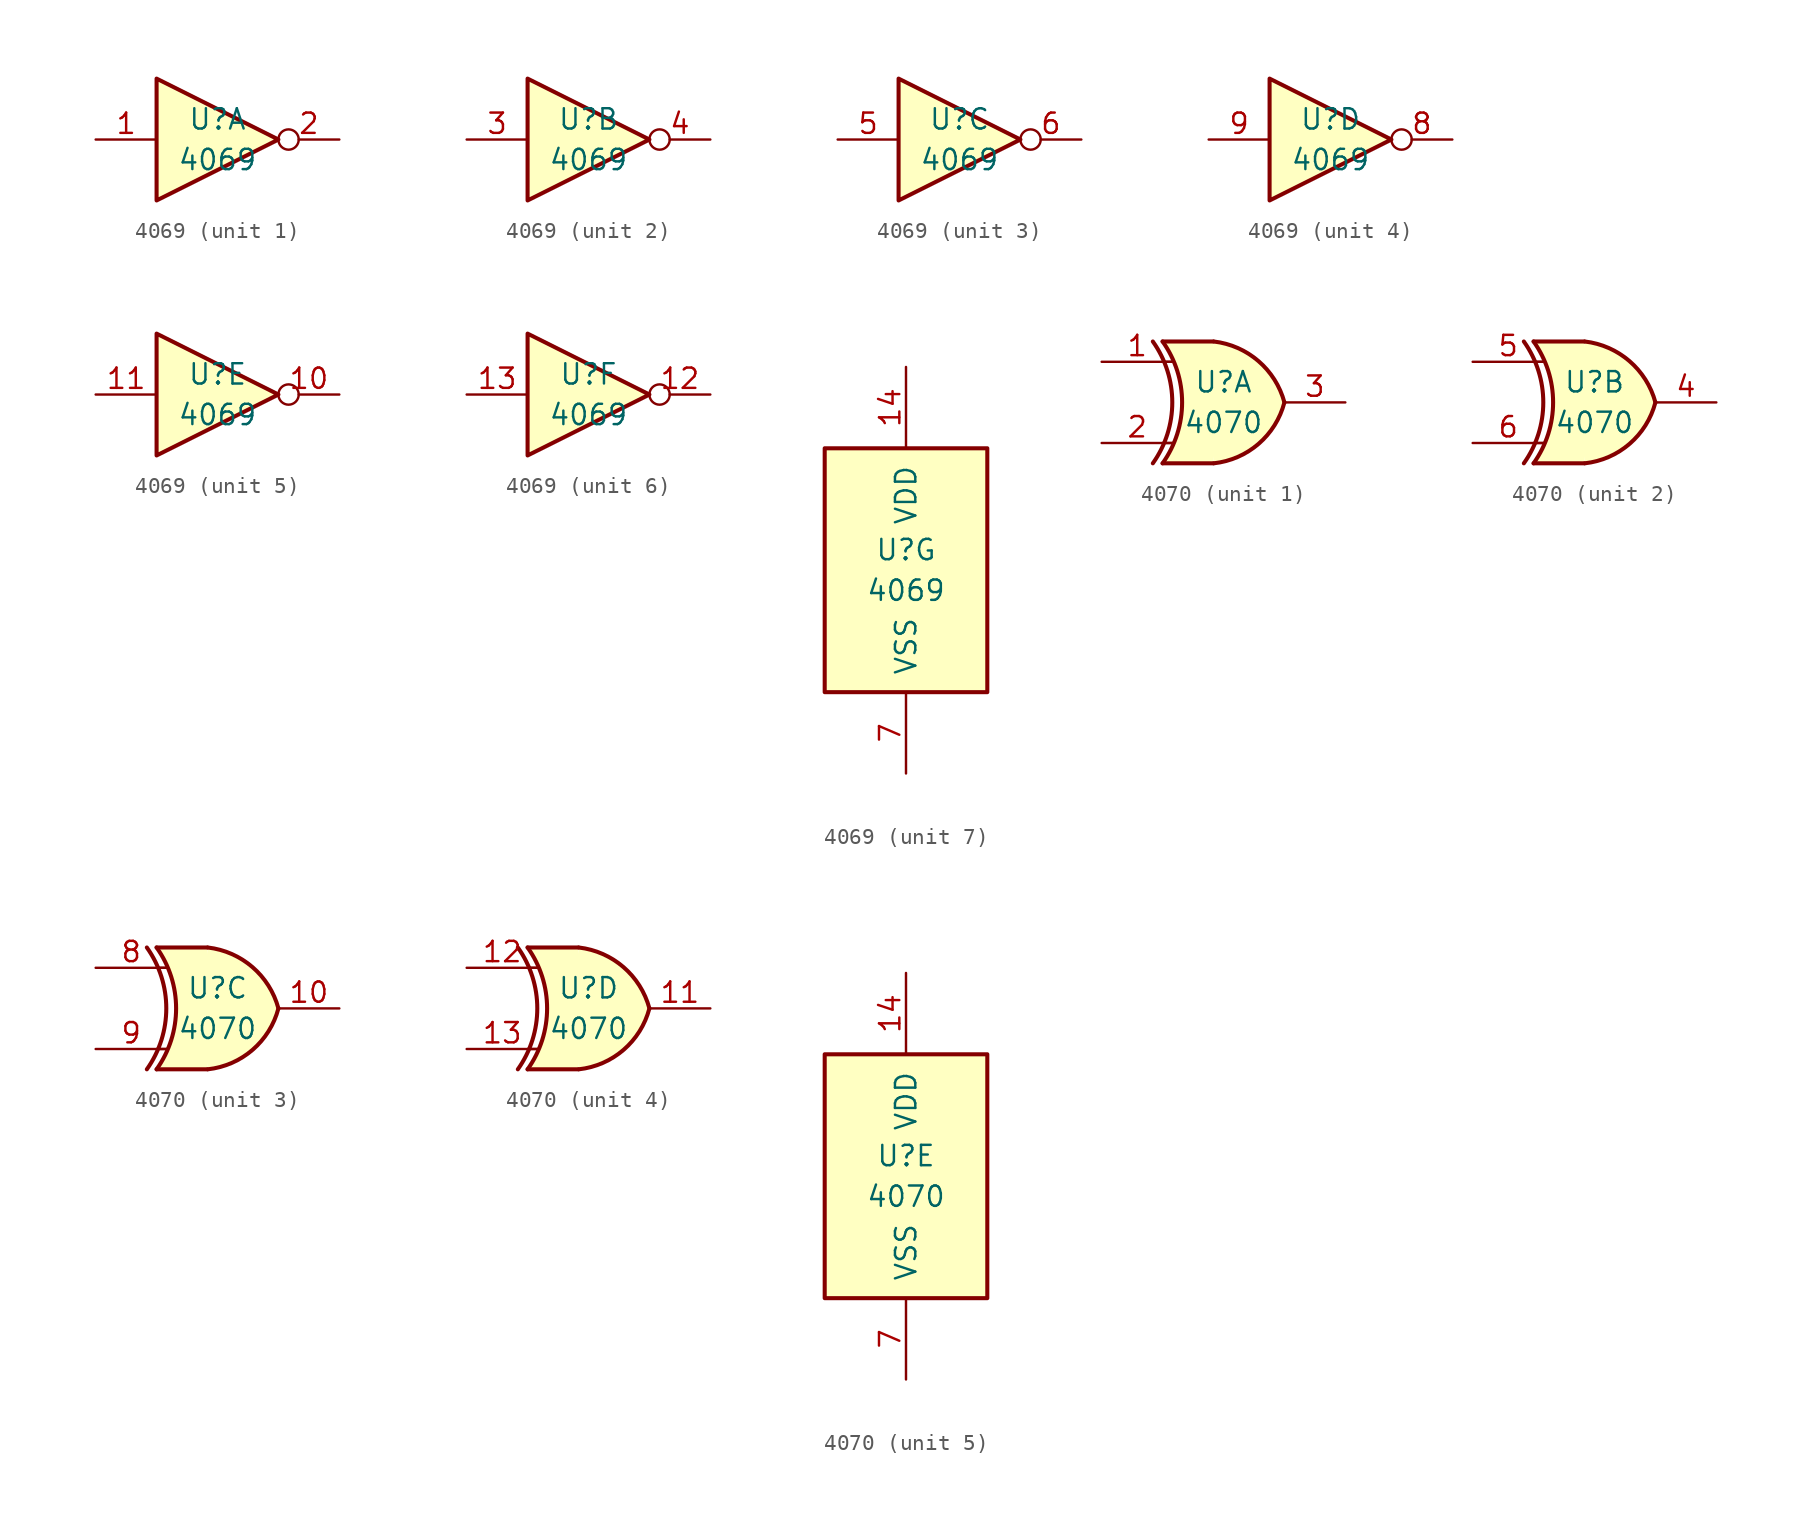
<source format=kicad_sym>
(kicad_symbol_lib
  (version 20200908)
  (generator kicad_symbol_editor)
  (symbol "4xxx:4069"
    (pin_names
      (offset 1.016))
    (property "Reference" "U"
      (at 0 1.27 0)
      (effects (font (size 1.27 1.27))))
    (property "Value" "4069"
      (at 0 -1.27 0)
      (effects (font (size 1.27 1.27))))
    (property "ki_locked" ""
      (at 0 0 0)
      (effects (font (size 1.27 1.27))))
    (symbol "4069_7_1"
      (rectangle (start -5.08 7.62) (end 5.08 -7.62) (stroke (width 0.254)) (fill (type background))))
    (symbol "4069_1_0"
      (polyline (pts (xy -3.81 3.81) (xy -3.81 -3.81) (xy 3.81 0) (xy -3.81 3.81)) (stroke (width 0.254)) (fill (type background)))
      (pin input line (at -7.62 0 0) (length 3.81) (name "~" (effects (font (size 1.27 1.27)))) (number "1" (effects (font (size 1.27 1.27)))))
      (pin output inverted (at 7.62 0 180) (length 3.81) (name "~" (effects (font (size 1.27 1.27)))) (number "2" (effects (font (size 1.27 1.27))))))
    (symbol "4069_2_0"
      (polyline (pts (xy -3.81 3.81) (xy -3.81 -3.81) (xy 3.81 0) (xy -3.81 3.81)) (stroke (width 0.254)) (fill (type background)))
      (pin input line (at -7.62 0 0) (length 3.81) (name "~" (effects (font (size 1.27 1.27)))) (number "3" (effects (font (size 1.27 1.27)))))
      (pin output inverted (at 7.62 0 180) (length 3.81) (name "~" (effects (font (size 1.27 1.27)))) (number "4" (effects (font (size 1.27 1.27))))))
    (symbol "4069_3_0"
      (polyline (pts (xy -3.81 3.81) (xy -3.81 -3.81) (xy 3.81 0) (xy -3.81 3.81)) (stroke (width 0.254)) (fill (type background)))
      (pin input line (at -7.62 0 0) (length 3.81) (name "~" (effects (font (size 1.27 1.27)))) (number "5" (effects (font (size 1.27 1.27)))))
      (pin output inverted (at 7.62 0 180) (length 3.81) (name "~" (effects (font (size 1.27 1.27)))) (number "6" (effects (font (size 1.27 1.27))))))
    (symbol "4069_4_0"
      (polyline (pts (xy -3.81 3.81) (xy -3.81 -3.81) (xy 3.81 0) (xy -3.81 3.81)) (stroke (width 0.254)) (fill (type background)))
      (pin output inverted (at 7.62 0 180) (length 3.81) (name "~" (effects (font (size 1.27 1.27)))) (number "8" (effects (font (size 1.27 1.27)))))
      (pin input line (at -7.62 0 0) (length 3.81) (name "~" (effects (font (size 1.27 1.27)))) (number "9" (effects (font (size 1.27 1.27))))))
    (symbol "4069_5_0"
      (polyline (pts (xy -3.81 3.81) (xy -3.81 -3.81) (xy 3.81 0) (xy -3.81 3.81)) (stroke (width 0.254)) (fill (type background)))
      (pin output inverted (at 7.62 0 180) (length 3.81) (name "~" (effects (font (size 1.27 1.27)))) (number "10" (effects (font (size 1.27 1.27)))))
      (pin input line (at -7.62 0 0) (length 3.81) (name "~" (effects (font (size 1.27 1.27)))) (number "11" (effects (font (size 1.27 1.27))))))
    (symbol "4069_6_0"
      (polyline (pts (xy -3.81 3.81) (xy -3.81 -3.81) (xy 3.81 0) (xy -3.81 3.81)) (stroke (width 0.254)) (fill (type background)))
      (pin output inverted (at 7.62 0 180) (length 3.81) (name "~" (effects (font (size 1.27 1.27)))) (number "12" (effects (font (size 1.27 1.27)))))
      (pin input line (at -7.62 0 0) (length 3.81) (name "~" (effects (font (size 1.27 1.27)))) (number "13" (effects (font (size 1.27 1.27))))))
    (symbol "4069_7_0"
      (pin power_in line (at 0 12.7 270) (length 5.08) (name "VDD" (effects (font (size 1.27 1.27)))) (number "14" (effects (font (size 1.27 1.27)))))
      (pin power_in line (at 0 -12.7 90) (length 5.08) (name "VSS" (effects (font (size 1.27 1.27)))) (number "7" (effects (font (size 1.27 1.27)))))))
  (symbol "4xxx:4070"
    (pin_names
      (offset 1.016))
    (property "Reference" "U"
      (at 0 1.27 0)
      (effects (font (size 1.27 1.27))))
    (property "Value" "4070"
      (at 0 -1.27 0)
      (effects (font (size 1.27 1.27))))
    (property "ki_locked" ""
      (at 0 0 0)
      (effects (font (size 1.27 1.27))))
    (symbol "4070_1_0"
      (arc (start -4.4196 3.81) (end -4.4196 -3.81) (radius (at -9.779 0) (length 6.5532) (angles 35.4 -35.4)) (stroke (width 0.254)) (fill (type none)))
      (arc (start -3.81 3.81) (end -3.81 -3.81) (radius (at -9.144 0) (length 6.5532) (angles 35.4 -35.4)) (stroke (width 0.254)) (fill (type none)))
      (arc (start 3.81 0) (end -0.6096 3.81) (radius (at -1.1938 -1.3208) (length 5.1816) (angles 15 83.7)) (stroke (width 0.254)) (fill (type background)))
      (arc (start 3.81 0) (end -0.6096 -3.81) (radius (at -1.1938 1.3208) (length 5.1816) (angles -15 -83.7)) (stroke (width 0.254)) (fill (type background)))
      (polyline (pts (xy -3.81 -3.81) (xy -0.635 -3.81)) (stroke (width 0.254)) (fill (type background)))
      (polyline (pts (xy -3.81 3.81) (xy -0.635 3.81)) (stroke (width 0.254)) (fill (type background)))
      (polyline (pts (xy -0.635 3.81) (xy -3.81 3.81) (xy -3.81 3.81) (xy -3.556 3.404) (xy -3.023 2.261) (xy -2.692 1.041) (xy -2.616 -0.254) (xy -2.769 -1.499) (xy -3.175 -2.718) (xy -3.81 -3.81) (xy -3.81 -3.81) (xy -0.635 -3.81)) (stroke (width -25.4)) (fill (type background)))
      (pin input line (at -7.62 2.54 0) (length 4.445) (name "~" (effects (font (size 1.27 1.27)))) (number "1" (effects (font (size 1.27 1.27)))))
      (pin input line (at -7.62 -2.54 0) (length 4.445) (name "~" (effects (font (size 1.27 1.27)))) (number "2" (effects (font (size 1.27 1.27)))))
      (pin output line (at 7.62 0 180) (length 3.81) (name "~" (effects (font (size 1.27 1.27)))) (number "3" (effects (font (size 1.27 1.27))))))
    (symbol "4070_2_0"
      (arc (start -4.4196 3.81) (end -4.4196 -3.81) (radius (at -9.779 0) (length 6.5532) (angles 35.4 -35.4)) (stroke (width 0.254)) (fill (type none)))
      (arc (start -3.81 3.81) (end -3.81 -3.81) (radius (at -9.144 0) (length 6.5532) (angles 35.4 -35.4)) (stroke (width 0.254)) (fill (type none)))
      (arc (start 3.81 0) (end -0.6096 3.81) (radius (at -1.1938 -1.3208) (length 5.1816) (angles 15 83.7)) (stroke (width 0.254)) (fill (type background)))
      (arc (start 3.81 0) (end -0.6096 -3.81) (radius (at -1.1938 1.3208) (length 5.1816) (angles -15 -83.7)) (stroke (width 0.254)) (fill (type background)))
      (polyline (pts (xy -3.81 -3.81) (xy -0.635 -3.81)) (stroke (width 0.254)) (fill (type background)))
      (polyline (pts (xy -3.81 3.81) (xy -0.635 3.81)) (stroke (width 0.254)) (fill (type background)))
      (polyline (pts (xy -0.635 3.81) (xy -3.81 3.81) (xy -3.81 3.81) (xy -3.556 3.404) (xy -3.023 2.261) (xy -2.692 1.041) (xy -2.616 -0.254) (xy -2.769 -1.499) (xy -3.175 -2.718) (xy -3.81 -3.81) (xy -3.81 -3.81) (xy -0.635 -3.81)) (stroke (width -25.4)) (fill (type background)))
      (pin output line (at 7.62 0 180) (length 3.81) (name "~" (effects (font (size 1.27 1.27)))) (number "4" (effects (font (size 1.27 1.27)))))
      (pin input line (at -7.62 2.54 0) (length 4.445) (name "~" (effects (font (size 1.27 1.27)))) (number "5" (effects (font (size 1.27 1.27)))))
      (pin input line (at -7.62 -2.54 0) (length 4.445) (name "~" (effects (font (size 1.27 1.27)))) (number "6" (effects (font (size 1.27 1.27))))))
    (symbol "4070_3_0"
      (arc (start -4.4196 3.81) (end -4.4196 -3.81) (radius (at -9.779 0) (length 6.5532) (angles 35.4 -35.4)) (stroke (width 0.254)) (fill (type none)))
      (arc (start -3.81 3.81) (end -3.81 -3.81) (radius (at -9.144 0) (length 6.5532) (angles 35.4 -35.4)) (stroke (width 0.254)) (fill (type none)))
      (arc (start 3.81 0) (end -0.6096 3.81) (radius (at -1.1938 -1.3208) (length 5.1816) (angles 15 83.7)) (stroke (width 0.254)) (fill (type background)))
      (arc (start 3.81 0) (end -0.6096 -3.81) (radius (at -1.1938 1.3208) (length 5.1816) (angles -15 -83.7)) (stroke (width 0.254)) (fill (type background)))
      (polyline (pts (xy -3.81 -3.81) (xy -0.635 -3.81)) (stroke (width 0.254)) (fill (type background)))
      (polyline (pts (xy -3.81 3.81) (xy -0.635 3.81)) (stroke (width 0.254)) (fill (type background)))
      (polyline (pts (xy -0.635 3.81) (xy -3.81 3.81) (xy -3.81 3.81) (xy -3.556 3.404) (xy -3.023 2.261) (xy -2.692 1.041) (xy -2.616 -0.254) (xy -2.769 -1.499) (xy -3.175 -2.718) (xy -3.81 -3.81) (xy -3.81 -3.81) (xy -0.635 -3.81)) (stroke (width -25.4)) (fill (type background)))
      (pin output line (at 7.62 0 180) (length 3.81) (name "~" (effects (font (size 1.27 1.27)))) (number "10" (effects (font (size 1.27 1.27)))))
      (pin input line (at -7.62 2.54 0) (length 4.445) (name "~" (effects (font (size 1.27 1.27)))) (number "8" (effects (font (size 1.27 1.27)))))
      (pin input line (at -7.62 -2.54 0) (length 4.445) (name "~" (effects (font (size 1.27 1.27)))) (number "9" (effects (font (size 1.27 1.27))))))
    (symbol "4070_4_0"
      (arc (start -4.4196 3.81) (end -4.4196 -3.81) (radius (at -9.779 0) (length 6.5532) (angles 35.4 -35.4)) (stroke (width 0.254)) (fill (type none)))
      (arc (start -3.81 3.81) (end -3.81 -3.81) (radius (at -9.144 0) (length 6.5532) (angles 35.4 -35.4)) (stroke (width 0.254)) (fill (type none)))
      (arc (start 3.81 0) (end -0.6096 3.81) (radius (at -1.1938 -1.3208) (length 5.1816) (angles 15 83.7)) (stroke (width 0.254)) (fill (type background)))
      (arc (start 3.81 0) (end -0.6096 -3.81) (radius (at -1.1938 1.3208) (length 5.1816) (angles -15 -83.7)) (stroke (width 0.254)) (fill (type background)))
      (polyline (pts (xy -3.81 -3.81) (xy -0.635 -3.81)) (stroke (width 0.254)) (fill (type background)))
      (polyline (pts (xy -3.81 3.81) (xy -0.635 3.81)) (stroke (width 0.254)) (fill (type background)))
      (polyline (pts (xy -0.635 3.81) (xy -3.81 3.81) (xy -3.81 3.81) (xy -3.556 3.404) (xy -3.023 2.261) (xy -2.692 1.041) (xy -2.616 -0.254) (xy -2.769 -1.499) (xy -3.175 -2.718) (xy -3.81 -3.81) (xy -3.81 -3.81) (xy -0.635 -3.81)) (stroke (width -25.4)) (fill (type background)))
      (pin output line (at 7.62 0 180) (length 3.81) (name "~" (effects (font (size 1.27 1.27)))) (number "11" (effects (font (size 1.27 1.27)))))
      (pin input line (at -7.62 2.54 0) (length 4.445) (name "~" (effects (font (size 1.27 1.27)))) (number "12" (effects (font (size 1.27 1.27)))))
      (pin input line (at -7.62 -2.54 0) (length 4.445) (name "~" (effects (font (size 1.27 1.27)))) (number "13" (effects (font (size 1.27 1.27))))))
    (symbol "4070_5_1"
      (rectangle (start -5.08 7.62) (end 5.08 -7.62) (stroke (width 0.254)) (fill (type background))))
    (symbol "4070_1_1"
      (polyline (pts (xy -3.81 -2.54) (xy -3.175 -2.54)) (stroke (width 0.152)) (fill (type none)))
      (polyline (pts (xy -3.81 2.54) (xy -3.175 2.54)) (stroke (width 0.152)) (fill (type none))))
    (symbol "4070_2_1"
      (polyline (pts (xy -3.81 -2.54) (xy -3.175 -2.54)) (stroke (width 0.152)) (fill (type none)))
      (polyline (pts (xy -3.81 2.54) (xy -3.175 2.54)) (stroke (width 0.152)) (fill (type none))))
    (symbol "4070_3_1"
      (polyline (pts (xy -3.81 -2.54) (xy -3.175 -2.54)) (stroke (width 0.152)) (fill (type none)))
      (polyline (pts (xy -3.81 2.54) (xy -3.175 2.54)) (stroke (width 0.152)) (fill (type none))))
    (symbol "4070_4_1"
      (polyline (pts (xy -3.81 -2.54) (xy -3.175 -2.54)) (stroke (width 0.152)) (fill (type none)))
      (polyline (pts (xy -3.81 2.54) (xy -3.175 2.54)) (stroke (width 0.152)) (fill (type none))))
    (symbol "4070_5_0"
      (pin power_in line (at 0 12.7 270) (length 5.08) (name "VDD" (effects (font (size 1.27 1.27)))) (number "14" (effects (font (size 1.27 1.27)))))
      (pin power_in line (at 0 -12.7 90) (length 5.08) (name "VSS" (effects (font (size 1.27 1.27)))) (number "7" (effects (font (size 1.27 1.27))))))))
</source>
